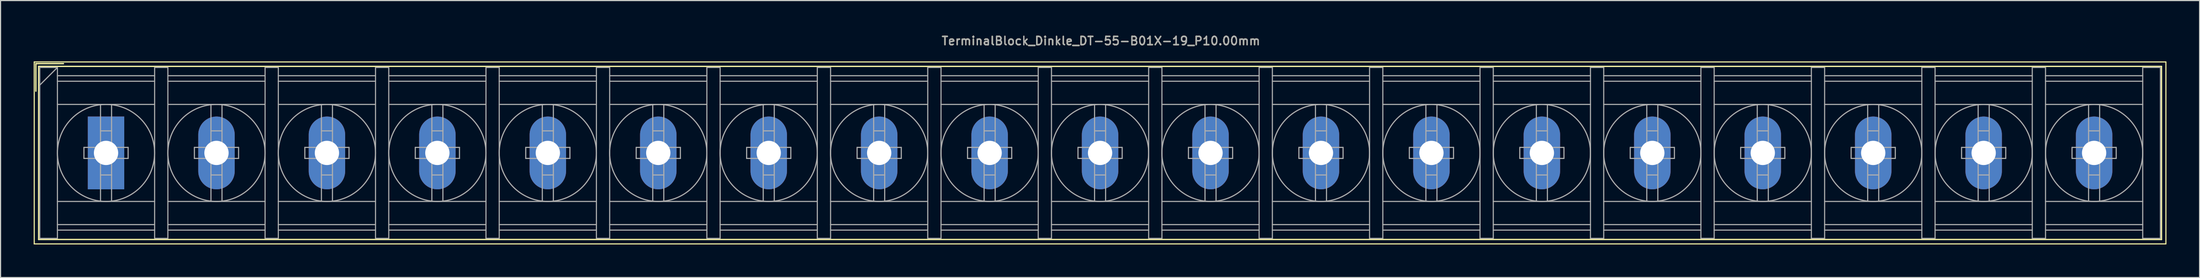
<source format=kicad_pcb>
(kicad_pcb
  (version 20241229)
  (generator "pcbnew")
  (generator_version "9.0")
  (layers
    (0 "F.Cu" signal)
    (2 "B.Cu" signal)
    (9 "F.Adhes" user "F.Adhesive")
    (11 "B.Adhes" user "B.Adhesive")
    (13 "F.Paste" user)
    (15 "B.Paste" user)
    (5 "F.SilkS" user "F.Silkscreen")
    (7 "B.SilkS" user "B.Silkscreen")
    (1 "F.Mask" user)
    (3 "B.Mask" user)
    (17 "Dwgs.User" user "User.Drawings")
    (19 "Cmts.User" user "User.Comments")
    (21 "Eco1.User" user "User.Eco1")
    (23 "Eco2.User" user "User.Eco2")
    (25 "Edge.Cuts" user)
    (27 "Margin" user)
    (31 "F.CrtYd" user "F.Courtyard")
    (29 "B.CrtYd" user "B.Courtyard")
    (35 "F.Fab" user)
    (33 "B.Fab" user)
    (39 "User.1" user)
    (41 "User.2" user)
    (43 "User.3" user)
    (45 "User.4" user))
  (footprint "TerminalBlock_Dinkle_DT-55-B01X-19_P10.00mm"
    (layer "F.Cu")
    (at 6.55 10.818)
    (property "Reference" "TerminalBlock_Dinkle_DT-55-B01X-19_P10.00mm" (at 90.08 -10.16 0) (layer "F.SilkS") (effects (font (size 0.75 0.75) (thickness 0.125))))
    (attr through_hole)
    (fp_line (start -6.5 -8.25) (end 186.5 -8.25) (stroke (width 0.1) (type solid)) (layer "F.SilkS"))
    (fp_line (start -6.5 8.25) (end -6.5 -8.25) (stroke (width 0.1) (type solid)) (layer "F.SilkS"))
    (fp_line (start -6.5 8.25) (end 186.5 8.25) (stroke (width 0.1) (type solid)) (layer "F.SilkS"))
    (fp_line (start -6.35 -8.1) (end -3.85 -8.1) (stroke (width 0.12) (type solid)) (layer "F.SilkS"))
    (fp_line (start -6.35 -5.6) (end -6.35 -8.1) (stroke (width 0.12) (type solid)) (layer "F.SilkS"))
    (fp_line (start -6.1 -7.85) (end 186.1 -7.85) (stroke (width 0.12) (type solid)) (layer "F.SilkS"))
    (fp_line (start -6.1 7.85) (end -6.1 -7.85) (stroke (width 0.12) (type solid)) (layer "F.SilkS"))
    (fp_line (start -6.1 7.85) (end 186.1 7.85) (stroke (width 0.12) (type solid)) (layer "F.SilkS"))
    (fp_line (start 186.1 -7.85) (end 186.1 7.85) (stroke (width 0.12) (type solid)) (layer "F.SilkS"))
    (fp_line (start 186.5 -8.25) (end 186.5 8.25) (stroke (width 0.1) (type solid)) (layer "F.SilkS"))
    (fp_line (start -6 -7.75) (end -6 7.75) (stroke (width 0.1) (type solid)) (layer "F.Fab"))
    (fp_line (start -6 -7.75) (end -4.4 -7.75) (stroke (width 0.1) (type solid)) (layer "F.Fab"))
    (fp_line (start -6 7.75) (end -4.4 7.75) (stroke (width 0.1) (type solid)) (layer "F.Fab"))
    (fp_line (start -4.4 -7.75) (end -6 -6.15) (stroke (width 0.1) (type solid)) (layer "F.Fab"))
    (fp_line (start -4.4 -7.75) (end -4.4 7.75) (stroke (width 0.1) (type solid)) (layer "F.Fab"))
    (fp_line (start -4.4 -7) (end 4.4 -7) (stroke (width 0.1) (type solid)) (layer "F.Fab"))
    (fp_line (start -4.4 -6.5) (end 4.4 -6.5) (stroke (width 0.1) (type solid)) (layer "F.Fab"))
    (fp_line (start -4.4 -4.4) (end 4.4 -4.4) (stroke (width 0.1) (type solid)) (layer "F.Fab"))
    (fp_line (start -4.4 4.4) (end 4.4 4.4) (stroke (width 0.1) (type solid)) (layer "F.Fab"))
    (fp_line (start -4.4 6.5) (end 4.4 6.5) (stroke (width 0.1) (type solid)) (layer "F.Fab"))
    (fp_line (start -4.4 7) (end 4.4 7) (stroke (width 0.1) (type solid)) (layer "F.Fab"))
    (fp_line (start -2 -0.5) (end -2 0.5) (stroke (width 0.1) (type solid)) (layer "F.Fab"))
    (fp_line (start -2 0.5) (end -0.5 0.5) (stroke (width 0.1) (type solid)) (layer "F.Fab"))
    (fp_line (start -0.5 -4.35) (end -0.5 -0.5) (stroke (width 0.1) (type solid)) (layer "F.Fab"))
    (fp_line (start -0.5 -2) (end 0.5 -2) (stroke (width 0.1) (type solid)) (layer "F.Fab"))
    (fp_line (start -0.5 -0.5) (end -2 -0.5) (stroke (width 0.1) (type solid)) (layer "F.Fab"))
    (fp_line (start -0.5 0.5) (end -0.5 4.35) (stroke (width 0.1) (type solid)) (layer "F.Fab"))
    (fp_line (start -0.5 2) (end 0.5 2) (stroke (width 0.1) (type solid)) (layer "F.Fab"))
    (fp_line (start 0.5 -4.35) (end 0.5 -0.5) (stroke (width 0.1) (type solid)) (layer "F.Fab"))
    (fp_line (start 0.5 -0.5) (end 2 -0.5) (stroke (width 0.1) (type solid)) (layer "F.Fab"))
    (fp_line (start 0.5 0.5) (end 0.5 4.35) (stroke (width 0.1) (type solid)) (layer "F.Fab"))
    (fp_line (start 2 -0.5) (end 2 0.5) (stroke (width 0.1) (type solid)) (layer "F.Fab"))
    (fp_line (start 2 0.5) (end 0.5 0.5) (stroke (width 0.1) (type solid)) (layer "F.Fab"))
    (fp_line (start 4.4 -7.75) (end 4.4 7.75) (stroke (width 0.1) (type solid)) (layer "F.Fab"))
    (fp_line (start 4.4 -7.75) (end 5.6 -7.75) (stroke (width 0.1) (type solid)) (layer "F.Fab"))
    (fp_line (start 4.4 7.75) (end 5.6 7.75) (stroke (width 0.1) (type solid)) (layer "F.Fab"))
    (fp_line (start 5.6 -7.75) (end 5.6 7.75) (stroke (width 0.1) (type solid)) (layer "F.Fab"))
    (fp_line (start 5.6 -7) (end 14.4 -7) (stroke (width 0.1) (type solid)) (layer "F.Fab"))
    (fp_line (start 5.6 -6.5) (end 14.4 -6.5) (stroke (width 0.1) (type solid)) (layer "F.Fab"))
    (fp_line (start 5.6 -4.4) (end 14.4 -4.4) (stroke (width 0.1) (type solid)) (layer "F.Fab"))
    (fp_line (start 5.6 4.4) (end 14.4 4.4) (stroke (width 0.1) (type solid)) (layer "F.Fab"))
    (fp_line (start 5.6 6.5) (end 14.4 6.5) (stroke (width 0.1) (type solid)) (layer "F.Fab"))
    (fp_line (start 5.6 7) (end 14.4 7) (stroke (width 0.1) (type solid)) (layer "F.Fab"))
    (fp_line (start 8 -0.5) (end 8 0.5) (stroke (width 0.1) (type solid)) (layer "F.Fab"))
    (fp_line (start 8 0.5) (end 9.5 0.5) (stroke (width 0.1) (type solid)) (layer "F.Fab"))
    (fp_line (start 9.5 -4.35) (end 9.5 -0.5) (stroke (width 0.1) (type solid)) (layer "F.Fab"))
    (fp_line (start 9.5 -2) (end 10.5 -2) (stroke (width 0.1) (type solid)) (layer "F.Fab"))
    (fp_line (start 9.5 -0.5) (end 8 -0.5) (stroke (width 0.1) (type solid)) (layer "F.Fab"))
    (fp_line (start 9.5 0.5) (end 9.5 4.35) (stroke (width 0.1) (type solid)) (layer "F.Fab"))
    (fp_line (start 9.5 2) (end 10.5 2) (stroke (width 0.1) (type solid)) (layer "F.Fab"))
    (fp_line (start 10.5 -4.35) (end 10.5 -0.5) (stroke (width 0.1) (type solid)) (layer "F.Fab"))
    (fp_line (start 10.5 -0.5) (end 12 -0.5) (stroke (width 0.1) (type solid)) (layer "F.Fab"))
    (fp_line (start 10.5 0.5) (end 10.5 4.35) (stroke (width 0.1) (type solid)) (layer "F.Fab"))
    (fp_line (start 12 -0.5) (end 12 0.5) (stroke (width 0.1) (type solid)) (layer "F.Fab"))
    (fp_line (start 12 0.5) (end 10.5 0.5) (stroke (width 0.1) (type solid)) (layer "F.Fab"))
    (fp_line (start 14.4 -7.75) (end 14.4 7.75) (stroke (width 0.1) (type solid)) (layer "F.Fab"))
    (fp_line (start 14.4 -7.75) (end 15.6 -7.75) (stroke (width 0.1) (type solid)) (layer "F.Fab"))
    (fp_line (start 14.4 7.75) (end 15.6 7.75) (stroke (width 0.1) (type solid)) (layer "F.Fab"))
    (fp_line (start 15.6 -7.75) (end 15.6 7.75) (stroke (width 0.1) (type solid)) (layer "F.Fab"))
    (fp_line (start 15.6 -7) (end 24.4 -7) (stroke (width 0.1) (type solid)) (layer "F.Fab"))
    (fp_line (start 15.6 -6.5) (end 24.4 -6.5) (stroke (width 0.1) (type solid)) (layer "F.Fab"))
    (fp_line (start 15.6 -4.4) (end 24.4 -4.4) (stroke (width 0.1) (type solid)) (layer "F.Fab"))
    (fp_line (start 15.6 4.4) (end 24.4 4.4) (stroke (width 0.1) (type solid)) (layer "F.Fab"))
    (fp_line (start 15.6 6.5) (end 24.4 6.5) (stroke (width 0.1) (type solid)) (layer "F.Fab"))
    (fp_line (start 15.6 7) (end 24.4 7) (stroke (width 0.1) (type solid)) (layer "F.Fab"))
    (fp_line (start 18 -0.5) (end 18 0.5) (stroke (width 0.1) (type solid)) (layer "F.Fab"))
    (fp_line (start 18 0.5) (end 19.5 0.5) (stroke (width 0.1) (type solid)) (layer "F.Fab"))
    (fp_line (start 19.5 -4.35) (end 19.5 -0.5) (stroke (width 0.1) (type solid)) (layer "F.Fab"))
    (fp_line (start 19.5 -2) (end 20.5 -2) (stroke (width 0.1) (type solid)) (layer "F.Fab"))
    (fp_line (start 19.5 -0.5) (end 18 -0.5) (stroke (width 0.1) (type solid)) (layer "F.Fab"))
    (fp_line (start 19.5 0.5) (end 19.5 4.35) (stroke (width 0.1) (type solid)) (layer "F.Fab"))
    (fp_line (start 19.5 2) (end 20.5 2) (stroke (width 0.1) (type solid)) (layer "F.Fab"))
    (fp_line (start 20.5 -4.35) (end 20.5 -0.5) (stroke (width 0.1) (type solid)) (layer "F.Fab"))
    (fp_line (start 20.5 -0.5) (end 22 -0.5) (stroke (width 0.1) (type solid)) (layer "F.Fab"))
    (fp_line (start 20.5 0.5) (end 20.5 4.35) (stroke (width 0.1) (type solid)) (layer "F.Fab"))
    (fp_line (start 22 -0.5) (end 22 0.5) (stroke (width 0.1) (type solid)) (layer "F.Fab"))
    (fp_line (start 22 0.5) (end 20.5 0.5) (stroke (width 0.1) (type solid)) (layer "F.Fab"))
    (fp_line (start 24.4 -7.75) (end 24.4 7.75) (stroke (width 0.1) (type solid)) (layer "F.Fab"))
    (fp_line (start 24.4 -7.75) (end 25.6 -7.75) (stroke (width 0.1) (type solid)) (layer "F.Fab"))
    (fp_line (start 24.4 7.75) (end 25.6 7.75) (stroke (width 0.1) (type solid)) (layer "F.Fab"))
    (fp_line (start 25.6 -7.75) (end 25.6 7.75) (stroke (width 0.1) (type solid)) (layer "F.Fab"))
    (fp_line (start 25.6 -7) (end 34.4 -7) (stroke (width 0.1) (type solid)) (layer "F.Fab"))
    (fp_line (start 25.6 -6.5) (end 34.4 -6.5) (stroke (width 0.1) (type solid)) (layer "F.Fab"))
    (fp_line (start 25.6 -4.4) (end 34.4 -4.4) (stroke (width 0.1) (type solid)) (layer "F.Fab"))
    (fp_line (start 25.6 4.4) (end 34.4 4.4) (stroke (width 0.1) (type solid)) (layer "F.Fab"))
    (fp_line (start 25.6 6.5) (end 34.4 6.5) (stroke (width 0.1) (type solid)) (layer "F.Fab"))
    (fp_line (start 25.6 7) (end 34.4 7) (stroke (width 0.1) (type solid)) (layer "F.Fab"))
    (fp_line (start 28 -0.5) (end 28 0.5) (stroke (width 0.1) (type solid)) (layer "F.Fab"))
    (fp_line (start 28 0.5) (end 29.5 0.5) (stroke (width 0.1) (type solid)) (layer "F.Fab"))
    (fp_line (start 29.5 -4.35) (end 29.5 -0.5) (stroke (width 0.1) (type solid)) (layer "F.Fab"))
    (fp_line (start 29.5 -2) (end 30.5 -2) (stroke (width 0.1) (type solid)) (layer "F.Fab"))
    (fp_line (start 29.5 -0.5) (end 28 -0.5) (stroke (width 0.1) (type solid)) (layer "F.Fab"))
    (fp_line (start 29.5 0.5) (end 29.5 4.35) (stroke (width 0.1) (type solid)) (layer "F.Fab"))
    (fp_line (start 29.5 2) (end 30.5 2) (stroke (width 0.1) (type solid)) (layer "F.Fab"))
    (fp_line (start 30.5 -4.35) (end 30.5 -0.5) (stroke (width 0.1) (type solid)) (layer "F.Fab"))
    (fp_line (start 30.5 -0.5) (end 32 -0.5) (stroke (width 0.1) (type solid)) (layer "F.Fab"))
    (fp_line (start 30.5 0.5) (end 30.5 4.35) (stroke (width 0.1) (type solid)) (layer "F.Fab"))
    (fp_line (start 32 -0.5) (end 32 0.5) (stroke (width 0.1) (type solid)) (layer "F.Fab"))
    (fp_line (start 32 0.5) (end 30.5 0.5) (stroke (width 0.1) (type solid)) (layer "F.Fab"))
    (fp_line (start 34.4 -7.75) (end 34.4 7.75) (stroke (width 0.1) (type solid)) (layer "F.Fab"))
    (fp_line (start 34.4 -7.75) (end 35.6 -7.75) (stroke (width 0.1) (type solid)) (layer "F.Fab"))
    (fp_line (start 34.4 7.75) (end 35.6 7.75) (stroke (width 0.1) (type solid)) (layer "F.Fab"))
    (fp_line (start 35.6 -7.75) (end 35.6 7.75) (stroke (width 0.1) (type solid)) (layer "F.Fab"))
    (fp_line (start 35.6 -7) (end 44.4 -7) (stroke (width 0.1) (type solid)) (layer "F.Fab"))
    (fp_line (start 35.6 -6.5) (end 44.4 -6.5) (stroke (width 0.1) (type solid)) (layer "F.Fab"))
    (fp_line (start 35.6 -4.4) (end 44.4 -4.4) (stroke (width 0.1) (type solid)) (layer "F.Fab"))
    (fp_line (start 35.6 4.4) (end 44.4 4.4) (stroke (width 0.1) (type solid)) (layer "F.Fab"))
    (fp_line (start 35.6 6.5) (end 44.4 6.5) (stroke (width 0.1) (type solid)) (layer "F.Fab"))
    (fp_line (start 35.6 7) (end 44.4 7) (stroke (width 0.1) (type solid)) (layer "F.Fab"))
    (fp_line (start 38 -0.5) (end 38 0.5) (stroke (width 0.1) (type solid)) (layer "F.Fab"))
    (fp_line (start 38 0.5) (end 39.5 0.5) (stroke (width 0.1) (type solid)) (layer "F.Fab"))
    (fp_line (start 39.5 -4.35) (end 39.5 -0.5) (stroke (width 0.1) (type solid)) (layer "F.Fab"))
    (fp_line (start 39.5 -2) (end 40.5 -2) (stroke (width 0.1) (type solid)) (layer "F.Fab"))
    (fp_line (start 39.5 -0.5) (end 38 -0.5) (stroke (width 0.1) (type solid)) (layer "F.Fab"))
    (fp_line (start 39.5 0.5) (end 39.5 4.35) (stroke (width 0.1) (type solid)) (layer "F.Fab"))
    (fp_line (start 39.5 2) (end 40.5 2) (stroke (width 0.1) (type solid)) (layer "F.Fab"))
    (fp_line (start 40.5 -4.35) (end 40.5 -0.5) (stroke (width 0.1) (type solid)) (layer "F.Fab"))
    (fp_line (start 40.5 -0.5) (end 42 -0.5) (stroke (width 0.1) (type solid)) (layer "F.Fab"))
    (fp_line (start 40.5 0.5) (end 40.5 4.35) (stroke (width 0.1) (type solid)) (layer "F.Fab"))
    (fp_line (start 42 -0.5) (end 42 0.5) (stroke (width 0.1) (type solid)) (layer "F.Fab"))
    (fp_line (start 42 0.5) (end 40.5 0.5) (stroke (width 0.1) (type solid)) (layer "F.Fab"))
    (fp_line (start 44.4 -7.75) (end 44.4 7.75) (stroke (width 0.1) (type solid)) (layer "F.Fab"))
    (fp_line (start 44.4 -7.75) (end 45.6 -7.75) (stroke (width 0.1) (type solid)) (layer "F.Fab"))
    (fp_line (start 44.4 7.75) (end 45.6 7.75) (stroke (width 0.1) (type solid)) (layer "F.Fab"))
    (fp_line (start 45.6 -7.75) (end 45.6 7.75) (stroke (width 0.1) (type solid)) (layer "F.Fab"))
    (fp_line (start 45.6 -7) (end 54.4 -7) (stroke (width 0.1) (type solid)) (layer "F.Fab"))
    (fp_line (start 45.6 -6.5) (end 54.4 -6.5) (stroke (width 0.1) (type solid)) (layer "F.Fab"))
    (fp_line (start 45.6 -4.4) (end 54.4 -4.4) (stroke (width 0.1) (type solid)) (layer "F.Fab"))
    (fp_line (start 45.6 4.4) (end 54.4 4.4) (stroke (width 0.1) (type solid)) (layer "F.Fab"))
    (fp_line (start 45.6 6.5) (end 54.4 6.5) (stroke (width 0.1) (type solid)) (layer "F.Fab"))
    (fp_line (start 45.6 7) (end 54.4 7) (stroke (width 0.1) (type solid)) (layer "F.Fab"))
    (fp_line (start 48 -0.5) (end 48 0.5) (stroke (width 0.1) (type solid)) (layer "F.Fab"))
    (fp_line (start 48 0.5) (end 49.5 0.5) (stroke (width 0.1) (type solid)) (layer "F.Fab"))
    (fp_line (start 49.5 -4.35) (end 49.5 -0.5) (stroke (width 0.1) (type solid)) (layer "F.Fab"))
    (fp_line (start 49.5 -2) (end 50.5 -2) (stroke (width 0.1) (type solid)) (layer "F.Fab"))
    (fp_line (start 49.5 -0.5) (end 48 -0.5) (stroke (width 0.1) (type solid)) (layer "F.Fab"))
    (fp_line (start 49.5 0.5) (end 49.5 4.35) (stroke (width 0.1) (type solid)) (layer "F.Fab"))
    (fp_line (start 49.5 2) (end 50.5 2) (stroke (width 0.1) (type solid)) (layer "F.Fab"))
    (fp_line (start 50.5 -4.35) (end 50.5 -0.5) (stroke (width 0.1) (type solid)) (layer "F.Fab"))
    (fp_line (start 50.5 -0.5) (end 52 -0.5) (stroke (width 0.1) (type solid)) (layer "F.Fab"))
    (fp_line (start 50.5 0.5) (end 50.5 4.35) (stroke (width 0.1) (type solid)) (layer "F.Fab"))
    (fp_line (start 52 -0.5) (end 52 0.5) (stroke (width 0.1) (type solid)) (layer "F.Fab"))
    (fp_line (start 52 0.5) (end 50.5 0.5) (stroke (width 0.1) (type solid)) (layer "F.Fab"))
    (fp_line (start 54.4 -7.75) (end 54.4 7.75) (stroke (width 0.1) (type solid)) (layer "F.Fab"))
    (fp_line (start 54.4 -7.75) (end 55.6 -7.75) (stroke (width 0.1) (type solid)) (layer "F.Fab"))
    (fp_line (start 54.4 7.75) (end 55.6 7.75) (stroke (width 0.1) (type solid)) (layer "F.Fab"))
    (fp_line (start 55.6 -7.75) (end 55.6 7.75) (stroke (width 0.1) (type solid)) (layer "F.Fab"))
    (fp_line (start 55.6 -7) (end 64.4 -7) (stroke (width 0.1) (type solid)) (layer "F.Fab"))
    (fp_line (start 55.6 -6.5) (end 64.4 -6.5) (stroke (width 0.1) (type solid)) (layer "F.Fab"))
    (fp_line (start 55.6 -4.4) (end 64.4 -4.4) (stroke (width 0.1) (type solid)) (layer "F.Fab"))
    (fp_line (start 55.6 4.4) (end 64.4 4.4) (stroke (width 0.1) (type solid)) (layer "F.Fab"))
    (fp_line (start 55.6 6.5) (end 64.4 6.5) (stroke (width 0.1) (type solid)) (layer "F.Fab"))
    (fp_line (start 55.6 7) (end 64.4 7) (stroke (width 0.1) (type solid)) (layer "F.Fab"))
    (fp_line (start 58 -0.5) (end 58 0.5) (stroke (width 0.1) (type solid)) (layer "F.Fab"))
    (fp_line (start 58 0.5) (end 59.5 0.5) (stroke (width 0.1) (type solid)) (layer "F.Fab"))
    (fp_line (start 59.5 -4.35) (end 59.5 -0.5) (stroke (width 0.1) (type solid)) (layer "F.Fab"))
    (fp_line (start 59.5 -2) (end 60.5 -2) (stroke (width 0.1) (type solid)) (layer "F.Fab"))
    (fp_line (start 59.5 -0.5) (end 58 -0.5) (stroke (width 0.1) (type solid)) (layer "F.Fab"))
    (fp_line (start 59.5 0.5) (end 59.5 4.35) (stroke (width 0.1) (type solid)) (layer "F.Fab"))
    (fp_line (start 59.5 2) (end 60.5 2) (stroke (width 0.1) (type solid)) (layer "F.Fab"))
    (fp_line (start 60.5 -4.35) (end 60.5 -0.5) (stroke (width 0.1) (type solid)) (layer "F.Fab"))
    (fp_line (start 60.5 -0.5) (end 62 -0.5) (stroke (width 0.1) (type solid)) (layer "F.Fab"))
    (fp_line (start 60.5 0.5) (end 60.5 4.35) (stroke (width 0.1) (type solid)) (layer "F.Fab"))
    (fp_line (start 62 -0.5) (end 62 0.5) (stroke (width 0.1) (type solid)) (layer "F.Fab"))
    (fp_line (start 62 0.5) (end 60.5 0.5) (stroke (width 0.1) (type solid)) (layer "F.Fab"))
    (fp_line (start 64.4 -7.75) (end 64.4 7.75) (stroke (width 0.1) (type solid)) (layer "F.Fab"))
    (fp_line (start 64.4 -7.75) (end 65.6 -7.75) (stroke (width 0.1) (type solid)) (layer "F.Fab"))
    (fp_line (start 64.4 7.75) (end 65.6 7.75) (stroke (width 0.1) (type solid)) (layer "F.Fab"))
    (fp_line (start 65.6 -7.75) (end 65.6 7.75) (stroke (width 0.1) (type solid)) (layer "F.Fab"))
    (fp_line (start 65.6 -7) (end 74.4 -7) (stroke (width 0.1) (type solid)) (layer "F.Fab"))
    (fp_line (start 65.6 -6.5) (end 74.4 -6.5) (stroke (width 0.1) (type solid)) (layer "F.Fab"))
    (fp_line (start 65.6 -4.4) (end 74.4 -4.4) (stroke (width 0.1) (type solid)) (layer "F.Fab"))
    (fp_line (start 65.6 4.4) (end 74.4 4.4) (stroke (width 0.1) (type solid)) (layer "F.Fab"))
    (fp_line (start 65.6 6.5) (end 74.4 6.5) (stroke (width 0.1) (type solid)) (layer "F.Fab"))
    (fp_line (start 65.6 7) (end 74.4 7) (stroke (width 0.1) (type solid)) (layer "F.Fab"))
    (fp_line (start 68 -0.5) (end 68 0.5) (stroke (width 0.1) (type solid)) (layer "F.Fab"))
    (fp_line (start 68 0.5) (end 69.5 0.5) (stroke (width 0.1) (type solid)) (layer "F.Fab"))
    (fp_line (start 69.5 -4.35) (end 69.5 -0.5) (stroke (width 0.1) (type solid)) (layer "F.Fab"))
    (fp_line (start 69.5 -2) (end 70.5 -2) (stroke (width 0.1) (type solid)) (layer "F.Fab"))
    (fp_line (start 69.5 -0.5) (end 68 -0.5) (stroke (width 0.1) (type solid)) (layer "F.Fab"))
    (fp_line (start 69.5 0.5) (end 69.5 4.35) (stroke (width 0.1) (type solid)) (layer "F.Fab"))
    (fp_line (start 69.5 2) (end 70.5 2) (stroke (width 0.1) (type solid)) (layer "F.Fab"))
    (fp_line (start 70.5 -4.35) (end 70.5 -0.5) (stroke (width 0.1) (type solid)) (layer "F.Fab"))
    (fp_line (start 70.5 -0.5) (end 72 -0.5) (stroke (width 0.1) (type solid)) (layer "F.Fab"))
    (fp_line (start 70.5 0.5) (end 70.5 4.35) (stroke (width 0.1) (type solid)) (layer "F.Fab"))
    (fp_line (start 72 -0.5) (end 72 0.5) (stroke (width 0.1) (type solid)) (layer "F.Fab"))
    (fp_line (start 72 0.5) (end 70.5 0.5) (stroke (width 0.1) (type solid)) (layer "F.Fab"))
    (fp_line (start 74.4 -7.75) (end 74.4 7.75) (stroke (width 0.1) (type solid)) (layer "F.Fab"))
    (fp_line (start 74.4 -7.75) (end 75.6 -7.75) (stroke (width 0.1) (type solid)) (layer "F.Fab"))
    (fp_line (start 74.4 7.75) (end 75.6 7.75) (stroke (width 0.1) (type solid)) (layer "F.Fab"))
    (fp_line (start 75.6 -7.75) (end 75.6 7.75) (stroke (width 0.1) (type solid)) (layer "F.Fab"))
    (fp_line (start 75.6 -7) (end 84.4 -7) (stroke (width 0.1) (type solid)) (layer "F.Fab"))
    (fp_line (start 75.6 -6.5) (end 84.4 -6.5) (stroke (width 0.1) (type solid)) (layer "F.Fab"))
    (fp_line (start 75.6 -4.4) (end 84.4 -4.4) (stroke (width 0.1) (type solid)) (layer "F.Fab"))
    (fp_line (start 75.6 4.4) (end 84.4 4.4) (stroke (width 0.1) (type solid)) (layer "F.Fab"))
    (fp_line (start 75.6 6.5) (end 84.4 6.5) (stroke (width 0.1) (type solid)) (layer "F.Fab"))
    (fp_line (start 75.6 7) (end 84.4 7) (stroke (width 0.1) (type solid)) (layer "F.Fab"))
    (fp_line (start 78 -0.5) (end 78 0.5) (stroke (width 0.1) (type solid)) (layer "F.Fab"))
    (fp_line (start 78 0.5) (end 79.5 0.5) (stroke (width 0.1) (type solid)) (layer "F.Fab"))
    (fp_line (start 79.5 -4.35) (end 79.5 -0.5) (stroke (width 0.1) (type solid)) (layer "F.Fab"))
    (fp_line (start 79.5 -2) (end 80.5 -2) (stroke (width 0.1) (type solid)) (layer "F.Fab"))
    (fp_line (start 79.5 -0.5) (end 78 -0.5) (stroke (width 0.1) (type solid)) (layer "F.Fab"))
    (fp_line (start 79.5 0.5) (end 79.5 4.35) (stroke (width 0.1) (type solid)) (layer "F.Fab"))
    (fp_line (start 79.5 2) (end 80.5 2) (stroke (width 0.1) (type solid)) (layer "F.Fab"))
    (fp_line (start 80.5 -4.35) (end 80.5 -0.5) (stroke (width 0.1) (type solid)) (layer "F.Fab"))
    (fp_line (start 80.5 -0.5) (end 82 -0.5) (stroke (width 0.1) (type solid)) (layer "F.Fab"))
    (fp_line (start 80.5 0.5) (end 80.5 4.35) (stroke (width 0.1) (type solid)) (layer "F.Fab"))
    (fp_line (start 82 -0.5) (end 82 0.5) (stroke (width 0.1) (type solid)) (layer "F.Fab"))
    (fp_line (start 82 0.5) (end 80.5 0.5) (stroke (width 0.1) (type solid)) (layer "F.Fab"))
    (fp_line (start 84.4 -7.75) (end 84.4 7.75) (stroke (width 0.1) (type solid)) (layer "F.Fab"))
    (fp_line (start 84.4 -7.75) (end 85.6 -7.75) (stroke (width 0.1) (type solid)) (layer "F.Fab"))
    (fp_line (start 84.4 7.75) (end 85.6 7.75) (stroke (width 0.1) (type solid)) (layer "F.Fab"))
    (fp_line (start 85.6 -7.75) (end 85.6 7.75) (stroke (width 0.1) (type solid)) (layer "F.Fab"))
    (fp_line (start 85.6 -7) (end 94.4 -7) (stroke (width 0.1) (type solid)) (layer "F.Fab"))
    (fp_line (start 85.6 -6.5) (end 94.4 -6.5) (stroke (width 0.1) (type solid)) (layer "F.Fab"))
    (fp_line (start 85.6 -4.4) (end 94.4 -4.4) (stroke (width 0.1) (type solid)) (layer "F.Fab"))
    (fp_line (start 85.6 4.4) (end 94.4 4.4) (stroke (width 0.1) (type solid)) (layer "F.Fab"))
    (fp_line (start 85.6 6.5) (end 94.4 6.5) (stroke (width 0.1) (type solid)) (layer "F.Fab"))
    (fp_line (start 85.6 7) (end 94.4 7) (stroke (width 0.1) (type solid)) (layer "F.Fab"))
    (fp_line (start 88 -0.5) (end 88 0.5) (stroke (width 0.1) (type solid)) (layer "F.Fab"))
    (fp_line (start 88 0.5) (end 89.5 0.5) (stroke (width 0.1) (type solid)) (layer "F.Fab"))
    (fp_line (start 89.5 -4.35) (end 89.5 -0.5) (stroke (width 0.1) (type solid)) (layer "F.Fab"))
    (fp_line (start 89.5 -2) (end 90.5 -2) (stroke (width 0.1) (type solid)) (layer "F.Fab"))
    (fp_line (start 89.5 -0.5) (end 88 -0.5) (stroke (width 0.1) (type solid)) (layer "F.Fab"))
    (fp_line (start 89.5 0.5) (end 89.5 4.35) (stroke (width 0.1) (type solid)) (layer "F.Fab"))
    (fp_line (start 89.5 2) (end 90.5 2) (stroke (width 0.1) (type solid)) (layer "F.Fab"))
    (fp_line (start 90.5 -4.35) (end 90.5 -0.5) (stroke (width 0.1) (type solid)) (layer "F.Fab"))
    (fp_line (start 90.5 -0.5) (end 92 -0.5) (stroke (width 0.1) (type solid)) (layer "F.Fab"))
    (fp_line (start 90.5 0.5) (end 90.5 4.35) (stroke (width 0.1) (type solid)) (layer "F.Fab"))
    (fp_line (start 92 -0.5) (end 92 0.5) (stroke (width 0.1) (type solid)) (layer "F.Fab"))
    (fp_line (start 92 0.5) (end 90.5 0.5) (stroke (width 0.1) (type solid)) (layer "F.Fab"))
    (fp_line (start 94.4 -7.75) (end 94.4 7.75) (stroke (width 0.1) (type solid)) (layer "F.Fab"))
    (fp_line (start 94.4 -7.75) (end 95.6 -7.75) (stroke (width 0.1) (type solid)) (layer "F.Fab"))
    (fp_line (start 94.4 7.75) (end 95.6 7.75) (stroke (width 0.1) (type solid)) (layer "F.Fab"))
    (fp_line (start 95.6 -7.75) (end 95.6 7.75) (stroke (width 0.1) (type solid)) (layer "F.Fab"))
    (fp_line (start 95.6 -7) (end 104.4 -7) (stroke (width 0.1) (type solid)) (layer "F.Fab"))
    (fp_line (start 95.6 -6.5) (end 104.4 -6.5) (stroke (width 0.1) (type solid)) (layer "F.Fab"))
    (fp_line (start 95.6 -4.4) (end 104.4 -4.4) (stroke (width 0.1) (type solid)) (layer "F.Fab"))
    (fp_line (start 95.6 4.4) (end 104.4 4.4) (stroke (width 0.1) (type solid)) (layer "F.Fab"))
    (fp_line (start 95.6 6.5) (end 104.4 6.5) (stroke (width 0.1) (type solid)) (layer "F.Fab"))
    (fp_line (start 95.6 7) (end 104.4 7) (stroke (width 0.1) (type solid)) (layer "F.Fab"))
    (fp_line (start 98 -0.5) (end 98 0.5) (stroke (width 0.1) (type solid)) (layer "F.Fab"))
    (fp_line (start 98 0.5) (end 99.5 0.5) (stroke (width 0.1) (type solid)) (layer "F.Fab"))
    (fp_line (start 99.5 -4.35) (end 99.5 -0.5) (stroke (width 0.1) (type solid)) (layer "F.Fab"))
    (fp_line (start 99.5 -2) (end 100.5 -2) (stroke (width 0.1) (type solid)) (layer "F.Fab"))
    (fp_line (start 99.5 -0.5) (end 98 -0.5) (stroke (width 0.1) (type solid)) (layer "F.Fab"))
    (fp_line (start 99.5 0.5) (end 99.5 4.35) (stroke (width 0.1) (type solid)) (layer "F.Fab"))
    (fp_line (start 99.5 2) (end 100.5 2) (stroke (width 0.1) (type solid)) (layer "F.Fab"))
    (fp_line (start 100.5 -4.35) (end 100.5 -0.5) (stroke (width 0.1) (type solid)) (layer "F.Fab"))
    (fp_line (start 100.5 -0.5) (end 102 -0.5) (stroke (width 0.1) (type solid)) (layer "F.Fab"))
    (fp_line (start 100.5 0.5) (end 100.5 4.35) (stroke (width 0.1) (type solid)) (layer "F.Fab"))
    (fp_line (start 102 -0.5) (end 102 0.5) (stroke (width 0.1) (type solid)) (layer "F.Fab"))
    (fp_line (start 102 0.5) (end 100.5 0.5) (stroke (width 0.1) (type solid)) (layer "F.Fab"))
    (fp_line (start 104.4 -7.75) (end 104.4 7.75) (stroke (width 0.1) (type solid)) (layer "F.Fab"))
    (fp_line (start 104.4 -7.75) (end 105.6 -7.75) (stroke (width 0.1) (type solid)) (layer "F.Fab"))
    (fp_line (start 104.4 7.75) (end 105.6 7.75) (stroke (width 0.1) (type solid)) (layer "F.Fab"))
    (fp_line (start 105.6 -7.75) (end 105.6 7.75) (stroke (width 0.1) (type solid)) (layer "F.Fab"))
    (fp_line (start 105.6 -7) (end 114.4 -7) (stroke (width 0.1) (type solid)) (layer "F.Fab"))
    (fp_line (start 105.6 -6.5) (end 114.4 -6.5) (stroke (width 0.1) (type solid)) (layer "F.Fab"))
    (fp_line (start 105.6 -4.4) (end 114.4 -4.4) (stroke (width 0.1) (type solid)) (layer "F.Fab"))
    (fp_line (start 105.6 4.4) (end 114.4 4.4) (stroke (width 0.1) (type solid)) (layer "F.Fab"))
    (fp_line (start 105.6 6.5) (end 114.4 6.5) (stroke (width 0.1) (type solid)) (layer "F.Fab"))
    (fp_line (start 105.6 7) (end 114.4 7) (stroke (width 0.1) (type solid)) (layer "F.Fab"))
    (fp_line (start 108 -0.5) (end 108 0.5) (stroke (width 0.1) (type solid)) (layer "F.Fab"))
    (fp_line (start 108 0.5) (end 109.5 0.5) (stroke (width 0.1) (type solid)) (layer "F.Fab"))
    (fp_line (start 109.5 -4.35) (end 109.5 -0.5) (stroke (width 0.1) (type solid)) (layer "F.Fab"))
    (fp_line (start 109.5 -2) (end 110.5 -2) (stroke (width 0.1) (type solid)) (layer "F.Fab"))
    (fp_line (start 109.5 -0.5) (end 108 -0.5) (stroke (width 0.1) (type solid)) (layer "F.Fab"))
    (fp_line (start 109.5 0.5) (end 109.5 4.35) (stroke (width 0.1) (type solid)) (layer "F.Fab"))
    (fp_line (start 109.5 2) (end 110.5 2) (stroke (width 0.1) (type solid)) (layer "F.Fab"))
    (fp_line (start 110.5 -4.35) (end 110.5 -0.5) (stroke (width 0.1) (type solid)) (layer "F.Fab"))
    (fp_line (start 110.5 -0.5) (end 112 -0.5) (stroke (width 0.1) (type solid)) (layer "F.Fab"))
    (fp_line (start 110.5 0.5) (end 110.5 4.35) (stroke (width 0.1) (type solid)) (layer "F.Fab"))
    (fp_line (start 112 -0.5) (end 112 0.5) (stroke (width 0.1) (type solid)) (layer "F.Fab"))
    (fp_line (start 112 0.5) (end 110.5 0.5) (stroke (width 0.1) (type solid)) (layer "F.Fab"))
    (fp_line (start 114.4 -7.75) (end 114.4 7.75) (stroke (width 0.1) (type solid)) (layer "F.Fab"))
    (fp_line (start 114.4 -7.75) (end 115.6 -7.75) (stroke (width 0.1) (type solid)) (layer "F.Fab"))
    (fp_line (start 114.4 7.75) (end 115.6 7.75) (stroke (width 0.1) (type solid)) (layer "F.Fab"))
    (fp_line (start 115.6 -7.75) (end 115.6 7.75) (stroke (width 0.1) (type solid)) (layer "F.Fab"))
    (fp_line (start 115.6 -7) (end 124.4 -7) (stroke (width 0.1) (type solid)) (layer "F.Fab"))
    (fp_line (start 115.6 -6.5) (end 124.4 -6.5) (stroke (width 0.1) (type solid)) (layer "F.Fab"))
    (fp_line (start 115.6 -4.4) (end 124.4 -4.4) (stroke (width 0.1) (type solid)) (layer "F.Fab"))
    (fp_line (start 115.6 4.4) (end 124.4 4.4) (stroke (width 0.1) (type solid)) (layer "F.Fab"))
    (fp_line (start 115.6 6.5) (end 124.4 6.5) (stroke (width 0.1) (type solid)) (layer "F.Fab"))
    (fp_line (start 115.6 7) (end 124.4 7) (stroke (width 0.1) (type solid)) (layer "F.Fab"))
    (fp_line (start 118 -0.5) (end 118 0.5) (stroke (width 0.1) (type solid)) (layer "F.Fab"))
    (fp_line (start 118 0.5) (end 119.5 0.5) (stroke (width 0.1) (type solid)) (layer "F.Fab"))
    (fp_line (start 119.5 -4.35) (end 119.5 -0.5) (stroke (width 0.1) (type solid)) (layer "F.Fab"))
    (fp_line (start 119.5 -2) (end 120.5 -2) (stroke (width 0.1) (type solid)) (layer "F.Fab"))
    (fp_line (start 119.5 -0.5) (end 118 -0.5) (stroke (width 0.1) (type solid)) (layer "F.Fab"))
    (fp_line (start 119.5 0.5) (end 119.5 4.35) (stroke (width 0.1) (type solid)) (layer "F.Fab"))
    (fp_line (start 119.5 2) (end 120.5 2) (stroke (width 0.1) (type solid)) (layer "F.Fab"))
    (fp_line (start 120.5 -4.35) (end 120.5 -0.5) (stroke (width 0.1) (type solid)) (layer "F.Fab"))
    (fp_line (start 120.5 -0.5) (end 122 -0.5) (stroke (width 0.1) (type solid)) (layer "F.Fab"))
    (fp_line (start 120.5 0.5) (end 120.5 4.35) (stroke (width 0.1) (type solid)) (layer "F.Fab"))
    (fp_line (start 122 -0.5) (end 122 0.5) (stroke (width 0.1) (type solid)) (layer "F.Fab"))
    (fp_line (start 122 0.5) (end 120.5 0.5) (stroke (width 0.1) (type solid)) (layer "F.Fab"))
    (fp_line (start 124.4 -7.75) (end 124.4 7.75) (stroke (width 0.1) (type solid)) (layer "F.Fab"))
    (fp_line (start 124.4 -7.75) (end 125.6 -7.75) (stroke (width 0.1) (type solid)) (layer "F.Fab"))
    (fp_line (start 124.4 7.75) (end 125.6 7.75) (stroke (width 0.1) (type solid)) (layer "F.Fab"))
    (fp_line (start 125.6 -7.75) (end 125.6 7.75) (stroke (width 0.1) (type solid)) (layer "F.Fab"))
    (fp_line (start 125.6 -7) (end 134.4 -7) (stroke (width 0.1) (type solid)) (layer "F.Fab"))
    (fp_line (start 125.6 -6.5) (end 134.4 -6.5) (stroke (width 0.1) (type solid)) (layer "F.Fab"))
    (fp_line (start 125.6 -4.4) (end 134.4 -4.4) (stroke (width 0.1) (type solid)) (layer "F.Fab"))
    (fp_line (start 125.6 4.4) (end 134.4 4.4) (stroke (width 0.1) (type solid)) (layer "F.Fab"))
    (fp_line (start 125.6 6.5) (end 134.4 6.5) (stroke (width 0.1) (type solid)) (layer "F.Fab"))
    (fp_line (start 125.6 7) (end 134.4 7) (stroke (width 0.1) (type solid)) (layer "F.Fab"))
    (fp_line (start 128 -0.5) (end 128 0.5) (stroke (width 0.1) (type solid)) (layer "F.Fab"))
    (fp_line (start 128 0.5) (end 129.5 0.5) (stroke (width 0.1) (type solid)) (layer "F.Fab"))
    (fp_line (start 129.5 -4.35) (end 129.5 -0.5) (stroke (width 0.1) (type solid)) (layer "F.Fab"))
    (fp_line (start 129.5 -2) (end 130.5 -2) (stroke (width 0.1) (type solid)) (layer "F.Fab"))
    (fp_line (start 129.5 -0.5) (end 128 -0.5) (stroke (width 0.1) (type solid)) (layer "F.Fab"))
    (fp_line (start 129.5 0.5) (end 129.5 4.35) (stroke (width 0.1) (type solid)) (layer "F.Fab"))
    (fp_line (start 129.5 2) (end 130.5 2) (stroke (width 0.1) (type solid)) (layer "F.Fab"))
    (fp_line (start 130.5 -4.35) (end 130.5 -0.5) (stroke (width 0.1) (type solid)) (layer "F.Fab"))
    (fp_line (start 130.5 -0.5) (end 132 -0.5) (stroke (width 0.1) (type solid)) (layer "F.Fab"))
    (fp_line (start 130.5 0.5) (end 130.5 4.35) (stroke (width 0.1) (type solid)) (layer "F.Fab"))
    (fp_line (start 132 -0.5) (end 132 0.5) (stroke (width 0.1) (type solid)) (layer "F.Fab"))
    (fp_line (start 132 0.5) (end 130.5 0.5) (stroke (width 0.1) (type solid)) (layer "F.Fab"))
    (fp_line (start 134.4 -7.75) (end 134.4 7.75) (stroke (width 0.1) (type solid)) (layer "F.Fab"))
    (fp_line (start 134.4 -7.75) (end 135.6 -7.75) (stroke (width 0.1) (type solid)) (layer "F.Fab"))
    (fp_line (start 134.4 7.75) (end 135.6 7.75) (stroke (width 0.1) (type solid)) (layer "F.Fab"))
    (fp_line (start 135.6 -7.75) (end 135.6 7.75) (stroke (width 0.1) (type solid)) (layer "F.Fab"))
    (fp_line (start 135.6 -7) (end 144.4 -7) (stroke (width 0.1) (type solid)) (layer "F.Fab"))
    (fp_line (start 135.6 -6.5) (end 144.4 -6.5) (stroke (width 0.1) (type solid)) (layer "F.Fab"))
    (fp_line (start 135.6 -4.4) (end 144.4 -4.4) (stroke (width 0.1) (type solid)) (layer "F.Fab"))
    (fp_line (start 135.6 4.4) (end 144.4 4.4) (stroke (width 0.1) (type solid)) (layer "F.Fab"))
    (fp_line (start 135.6 6.5) (end 144.4 6.5) (stroke (width 0.1) (type solid)) (layer "F.Fab"))
    (fp_line (start 135.6 7) (end 144.4 7) (stroke (width 0.1) (type solid)) (layer "F.Fab"))
    (fp_line (start 138 -0.5) (end 138 0.5) (stroke (width 0.1) (type solid)) (layer "F.Fab"))
    (fp_line (start 138 0.5) (end 139.5 0.5) (stroke (width 0.1) (type solid)) (layer "F.Fab"))
    (fp_line (start 139.5 -4.35) (end 139.5 -0.5) (stroke (width 0.1) (type solid)) (layer "F.Fab"))
    (fp_line (start 139.5 -2) (end 140.5 -2) (stroke (width 0.1) (type solid)) (layer "F.Fab"))
    (fp_line (start 139.5 -0.5) (end 138 -0.5) (stroke (width 0.1) (type solid)) (layer "F.Fab"))
    (fp_line (start 139.5 0.5) (end 139.5 4.35) (stroke (width 0.1) (type solid)) (layer "F.Fab"))
    (fp_line (start 139.5 2) (end 140.5 2) (stroke (width 0.1) (type solid)) (layer "F.Fab"))
    (fp_line (start 140.5 -4.35) (end 140.5 -0.5) (stroke (width 0.1) (type solid)) (layer "F.Fab"))
    (fp_line (start 140.5 -0.5) (end 142 -0.5) (stroke (width 0.1) (type solid)) (layer "F.Fab"))
    (fp_line (start 140.5 0.5) (end 140.5 4.35) (stroke (width 0.1) (type solid)) (layer "F.Fab"))
    (fp_line (start 142 -0.5) (end 142 0.5) (stroke (width 0.1) (type solid)) (layer "F.Fab"))
    (fp_line (start 142 0.5) (end 140.5 0.5) (stroke (width 0.1) (type solid)) (layer "F.Fab"))
    (fp_line (start 144.4 -7.75) (end 144.4 7.75) (stroke (width 0.1) (type solid)) (layer "F.Fab"))
    (fp_line (start 144.4 -7.75) (end 145.6 -7.75) (stroke (width 0.1) (type solid)) (layer "F.Fab"))
    (fp_line (start 144.4 7.75) (end 145.6 7.75) (stroke (width 0.1) (type solid)) (layer "F.Fab"))
    (fp_line (start 145.6 -7.75) (end 145.6 7.75) (stroke (width 0.1) (type solid)) (layer "F.Fab"))
    (fp_line (start 145.6 -7) (end 154.4 -7) (stroke (width 0.1) (type solid)) (layer "F.Fab"))
    (fp_line (start 145.6 -6.5) (end 154.4 -6.5) (stroke (width 0.1) (type solid)) (layer "F.Fab"))
    (fp_line (start 145.6 -4.4) (end 154.4 -4.4) (stroke (width 0.1) (type solid)) (layer "F.Fab"))
    (fp_line (start 145.6 4.4) (end 154.4 4.4) (stroke (width 0.1) (type solid)) (layer "F.Fab"))
    (fp_line (start 145.6 6.5) (end 154.4 6.5) (stroke (width 0.1) (type solid)) (layer "F.Fab"))
    (fp_line (start 145.6 7) (end 154.4 7) (stroke (width 0.1) (type solid)) (layer "F.Fab"))
    (fp_line (start 148 -0.5) (end 148 0.5) (stroke (width 0.1) (type solid)) (layer "F.Fab"))
    (fp_line (start 148 0.5) (end 149.5 0.5) (stroke (width 0.1) (type solid)) (layer "F.Fab"))
    (fp_line (start 149.5 -4.35) (end 149.5 -0.5) (stroke (width 0.1) (type solid)) (layer "F.Fab"))
    (fp_line (start 149.5 -2) (end 150.5 -2) (stroke (width 0.1) (type solid)) (layer "F.Fab"))
    (fp_line (start 149.5 -0.5) (end 148 -0.5) (stroke (width 0.1) (type solid)) (layer "F.Fab"))
    (fp_line (start 149.5 0.5) (end 149.5 4.35) (stroke (width 0.1) (type solid)) (layer "F.Fab"))
    (fp_line (start 149.5 2) (end 150.5 2) (stroke (width 0.1) (type solid)) (layer "F.Fab"))
    (fp_line (start 150.5 -4.35) (end 150.5 -0.5) (stroke (width 0.1) (type solid)) (layer "F.Fab"))
    (fp_line (start 150.5 -0.5) (end 152 -0.5) (stroke (width 0.1) (type solid)) (layer "F.Fab"))
    (fp_line (start 150.5 0.5) (end 150.5 4.35) (stroke (width 0.1) (type solid)) (layer "F.Fab"))
    (fp_line (start 152 -0.5) (end 152 0.5) (stroke (width 0.1) (type solid)) (layer "F.Fab"))
    (fp_line (start 152 0.5) (end 150.5 0.5) (stroke (width 0.1) (type solid)) (layer "F.Fab"))
    (fp_line (start 154.4 -7.75) (end 154.4 7.75) (stroke (width 0.1) (type solid)) (layer "F.Fab"))
    (fp_line (start 154.4 -7.75) (end 155.6 -7.75) (stroke (width 0.1) (type solid)) (layer "F.Fab"))
    (fp_line (start 154.4 7.75) (end 155.6 7.75) (stroke (width 0.1) (type solid)) (layer "F.Fab"))
    (fp_line (start 155.6 -7.75) (end 155.6 7.75) (stroke (width 0.1) (type solid)) (layer "F.Fab"))
    (fp_line (start 155.6 -7) (end 164.4 -7) (stroke (width 0.1) (type solid)) (layer "F.Fab"))
    (fp_line (start 155.6 -6.5) (end 164.4 -6.5) (stroke (width 0.1) (type solid)) (layer "F.Fab"))
    (fp_line (start 155.6 -4.4) (end 164.4 -4.4) (stroke (width 0.1) (type solid)) (layer "F.Fab"))
    (fp_line (start 155.6 4.4) (end 164.4 4.4) (stroke (width 0.1) (type solid)) (layer "F.Fab"))
    (fp_line (start 155.6 6.5) (end 164.4 6.5) (stroke (width 0.1) (type solid)) (layer "F.Fab"))
    (fp_line (start 155.6 7) (end 164.4 7) (stroke (width 0.1) (type solid)) (layer "F.Fab"))
    (fp_line (start 158 -0.5) (end 158 0.5) (stroke (width 0.1) (type solid)) (layer "F.Fab"))
    (fp_line (start 158 0.5) (end 159.5 0.5) (stroke (width 0.1) (type solid)) (layer "F.Fab"))
    (fp_line (start 159.5 -4.35) (end 159.5 -0.5) (stroke (width 0.1) (type solid)) (layer "F.Fab"))
    (fp_line (start 159.5 -2) (end 160.5 -2) (stroke (width 0.1) (type solid)) (layer "F.Fab"))
    (fp_line (start 159.5 -0.5) (end 158 -0.5) (stroke (width 0.1) (type solid)) (layer "F.Fab"))
    (fp_line (start 159.5 0.5) (end 159.5 4.35) (stroke (width 0.1) (type solid)) (layer "F.Fab"))
    (fp_line (start 159.5 2) (end 160.5 2) (stroke (width 0.1) (type solid)) (layer "F.Fab"))
    (fp_line (start 160.5 -4.35) (end 160.5 -0.5) (stroke (width 0.1) (type solid)) (layer "F.Fab"))
    (fp_line (start 160.5 -0.5) (end 162 -0.5) (stroke (width 0.1) (type solid)) (layer "F.Fab"))
    (fp_line (start 160.5 0.5) (end 160.5 4.35) (stroke (width 0.1) (type solid)) (layer "F.Fab"))
    (fp_line (start 162 -0.5) (end 162 0.5) (stroke (width 0.1) (type solid)) (layer "F.Fab"))
    (fp_line (start 162 0.5) (end 160.5 0.5) (stroke (width 0.1) (type solid)) (layer "F.Fab"))
    (fp_line (start 164.4 -7.75) (end 164.4 7.75) (stroke (width 0.1) (type solid)) (layer "F.Fab"))
    (fp_line (start 164.4 -7.75) (end 165.6 -7.75) (stroke (width 0.1) (type solid)) (layer "F.Fab"))
    (fp_line (start 164.4 7.75) (end 165.6 7.75) (stroke (width 0.1) (type solid)) (layer "F.Fab"))
    (fp_line (start 165.6 -7.75) (end 165.6 7.75) (stroke (width 0.1) (type solid)) (layer "F.Fab"))
    (fp_line (start 165.6 -7) (end 174.4 -7) (stroke (width 0.1) (type solid)) (layer "F.Fab"))
    (fp_line (start 165.6 -6.5) (end 174.4 -6.5) (stroke (width 0.1) (type solid)) (layer "F.Fab"))
    (fp_line (start 165.6 -4.4) (end 174.4 -4.4) (stroke (width 0.1) (type solid)) (layer "F.Fab"))
    (fp_line (start 165.6 4.4) (end 174.4 4.4) (stroke (width 0.1) (type solid)) (layer "F.Fab"))
    (fp_line (start 165.6 6.5) (end 174.4 6.5) (stroke (width 0.1) (type solid)) (layer "F.Fab"))
    (fp_line (start 165.6 7) (end 174.4 7) (stroke (width 0.1) (type solid)) (layer "F.Fab"))
    (fp_line (start 168 -0.5) (end 168 0.5) (stroke (width 0.1) (type solid)) (layer "F.Fab"))
    (fp_line (start 168 0.5) (end 169.5 0.5) (stroke (width 0.1) (type solid)) (layer "F.Fab"))
    (fp_line (start 169.5 -4.35) (end 169.5 -0.5) (stroke (width 0.1) (type solid)) (layer "F.Fab"))
    (fp_line (start 169.5 -2) (end 170.5 -2) (stroke (width 0.1) (type solid)) (layer "F.Fab"))
    (fp_line (start 169.5 -0.5) (end 168 -0.5) (stroke (width 0.1) (type solid)) (layer "F.Fab"))
    (fp_line (start 169.5 0.5) (end 169.5 4.35) (stroke (width 0.1) (type solid)) (layer "F.Fab"))
    (fp_line (start 169.5 2) (end 170.5 2) (stroke (width 0.1) (type solid)) (layer "F.Fab"))
    (fp_line (start 170.5 -4.35) (end 170.5 -0.5) (stroke (width 0.1) (type solid)) (layer "F.Fab"))
    (fp_line (start 170.5 -0.5) (end 172 -0.5) (stroke (width 0.1) (type solid)) (layer "F.Fab"))
    (fp_line (start 170.5 0.5) (end 170.5 4.35) (stroke (width 0.1) (type solid)) (layer "F.Fab"))
    (fp_line (start 172 -0.5) (end 172 0.5) (stroke (width 0.1) (type solid)) (layer "F.Fab"))
    (fp_line (start 172 0.5) (end 170.5 0.5) (stroke (width 0.1) (type solid)) (layer "F.Fab"))
    (fp_line (start 174.4 -7.75) (end 174.4 7.75) (stroke (width 0.1) (type solid)) (layer "F.Fab"))
    (fp_line (start 174.4 -7.75) (end 175.6 -7.75) (stroke (width 0.1) (type solid)) (layer "F.Fab"))
    (fp_line (start 174.4 7.75) (end 175.6 7.75) (stroke (width 0.1) (type solid)) (layer "F.Fab"))
    (fp_line (start 175.6 -7.75) (end 175.6 7.75) (stroke (width 0.1) (type solid)) (layer "F.Fab"))
    (fp_line (start 175.6 -7) (end 184.4 -7) (stroke (width 0.1) (type solid)) (layer "F.Fab"))
    (fp_line (start 175.6 -6.5) (end 184.4 -6.5) (stroke (width 0.1) (type solid)) (layer "F.Fab"))
    (fp_line (start 175.6 -4.4) (end 184.4 -4.4) (stroke (width 0.1) (type solid)) (layer "F.Fab"))
    (fp_line (start 175.6 4.4) (end 184.4 4.4) (stroke (width 0.1) (type solid)) (layer "F.Fab"))
    (fp_line (start 175.6 6.5) (end 184.4 6.5) (stroke (width 0.1) (type solid)) (layer "F.Fab"))
    (fp_line (start 175.6 7) (end 184.4 7) (stroke (width 0.1) (type solid)) (layer "F.Fab"))
    (fp_line (start 178 -0.5) (end 178 0.5) (stroke (width 0.1) (type solid)) (layer "F.Fab"))
    (fp_line (start 178 0.5) (end 179.5 0.5) (stroke (width 0.1) (type solid)) (layer "F.Fab"))
    (fp_line (start 179.5 -4.35) (end 179.5 -0.5) (stroke (width 0.1) (type solid)) (layer "F.Fab"))
    (fp_line (start 179.5 -2) (end 180.5 -2) (stroke (width 0.1) (type solid)) (layer "F.Fab"))
    (fp_line (start 179.5 -0.5) (end 178 -0.5) (stroke (width 0.1) (type solid)) (layer "F.Fab"))
    (fp_line (start 179.5 0.5) (end 179.5 4.35) (stroke (width 0.1) (type solid)) (layer "F.Fab"))
    (fp_line (start 179.5 2) (end 180.5 2) (stroke (width 0.1) (type solid)) (layer "F.Fab"))
    (fp_line (start 180.5 -4.35) (end 180.5 -0.5) (stroke (width 0.1) (type solid)) (layer "F.Fab"))
    (fp_line (start 180.5 -0.5) (end 182 -0.5) (stroke (width 0.1) (type solid)) (layer "F.Fab"))
    (fp_line (start 180.5 0.5) (end 180.5 4.35) (stroke (width 0.1) (type solid)) (layer "F.Fab"))
    (fp_line (start 182 -0.5) (end 182 0.5) (stroke (width 0.1) (type solid)) (layer "F.Fab"))
    (fp_line (start 182 0.5) (end 180.5 0.5) (stroke (width 0.1) (type solid)) (layer "F.Fab"))
    (fp_line (start 184.4 -7.75) (end 184.4 7.75) (stroke (width 0.1) (type solid)) (layer "F.Fab"))
    (fp_line (start 184.4 -7.75) (end 186 -7.75) (stroke (width 0.1) (type solid)) (layer "F.Fab"))
    (fp_line (start 184.4 7.75) (end 186 7.75) (stroke (width 0.1) (type solid)) (layer "F.Fab"))
    (fp_line (start 186 -7.75) (end 186 7.75) (stroke (width 0.1) (type solid)) (layer "F.Fab"))
    (fp_circle (center 0 0) (end 0.5 0.5) (stroke (width 0.1) (type solid)) (fill no) (layer "F.Fab"))
    (fp_circle (center 0 0) (end 4.4 0) (stroke (width 0.1) (type solid)) (fill no) (layer "F.Fab"))
    (fp_circle (center 10 0) (end 10.5 0.5) (stroke (width 0.1) (type solid)) (fill no) (layer "F.Fab"))
    (fp_circle (center 10 0) (end 14.4 0) (stroke (width 0.1) (type solid)) (fill no) (layer "F.Fab"))
    (fp_circle (center 20 0) (end 20.5 0.5) (stroke (width 0.1) (type solid)) (fill no) (layer "F.Fab"))
    (fp_circle (center 20 0) (end 24.4 0) (stroke (width 0.1) (type solid)) (fill no) (layer "F.Fab"))
    (fp_circle (center 30 0) (end 30.5 0.5) (stroke (width 0.1) (type solid)) (fill no) (layer "F.Fab"))
    (fp_circle (center 30 0) (end 34.4 0) (stroke (width 0.1) (type solid)) (fill no) (layer "F.Fab"))
    (fp_circle (center 40 0) (end 40.5 0.5) (stroke (width 0.1) (type solid)) (fill no) (layer "F.Fab"))
    (fp_circle (center 40 0) (end 44.4 0) (stroke (width 0.1) (type solid)) (fill no) (layer "F.Fab"))
    (fp_circle (center 50 0) (end 50.5 0.5) (stroke (width 0.1) (type solid)) (fill no) (layer "F.Fab"))
    (fp_circle (center 50 0) (end 54.4 0) (stroke (width 0.1) (type solid)) (fill no) (layer "F.Fab"))
    (fp_circle (center 60 0) (end 60.5 0.5) (stroke (width 0.1) (type solid)) (fill no) (layer "F.Fab"))
    (fp_circle (center 60 0) (end 64.4 0) (stroke (width 0.1) (type solid)) (fill no) (layer "F.Fab"))
    (fp_circle (center 70 0) (end 70.5 0.5) (stroke (width 0.1) (type solid)) (fill no) (layer "F.Fab"))
    (fp_circle (center 70 0) (end 74.4 0) (stroke (width 0.1) (type solid)) (fill no) (layer "F.Fab"))
    (fp_circle (center 80 0) (end 80.5 0.5) (stroke (width 0.1) (type solid)) (fill no) (layer "F.Fab"))
    (fp_circle (center 80 0) (end 84.4 0) (stroke (width 0.1) (type solid)) (fill no) (layer "F.Fab"))
    (fp_circle (center 90 0) (end 90.5 0.5) (stroke (width 0.1) (type solid)) (fill no) (layer "F.Fab"))
    (fp_circle (center 90 0) (end 94.4 0) (stroke (width 0.1) (type solid)) (fill no) (layer "F.Fab"))
    (fp_circle (center 100 0) (end 100.5 0.5) (stroke (width 0.1) (type solid)) (fill no) (layer "F.Fab"))
    (fp_circle (center 100 0) (end 104.4 0) (stroke (width 0.1) (type solid)) (fill no) (layer "F.Fab"))
    (fp_circle (center 110 0) (end 110.5 0.5) (stroke (width 0.1) (type solid)) (fill no) (layer "F.Fab"))
    (fp_circle (center 110 0) (end 114.4 0) (stroke (width 0.1) (type solid)) (fill no) (layer "F.Fab"))
    (fp_circle (center 120 0) (end 120.5 0.5) (stroke (width 0.1) (type solid)) (fill no) (layer "F.Fab"))
    (fp_circle (center 120 0) (end 124.4 0) (stroke (width 0.1) (type solid)) (fill no) (layer "F.Fab"))
    (fp_circle (center 130 0) (end 130.5 0.5) (stroke (width 0.1) (type solid)) (fill no) (layer "F.Fab"))
    (fp_circle (center 130 0) (end 134.4 0) (stroke (width 0.1) (type solid)) (fill no) (layer "F.Fab"))
    (fp_circle (center 140 0) (end 140.5 0.5) (stroke (width 0.1) (type solid)) (fill no) (layer "F.Fab"))
    (fp_circle (center 140 0) (end 144.4 0) (stroke (width 0.1) (type solid)) (fill no) (layer "F.Fab"))
    (fp_circle (center 150 0) (end 150.5 0.5) (stroke (width 0.1) (type solid)) (fill no) (layer "F.Fab"))
    (fp_circle (center 150 0) (end 154.4 0) (stroke (width 0.1) (type solid)) (fill no) (layer "F.Fab"))
    (fp_circle (center 160 0) (end 160.5 0.5) (stroke (width 0.1) (type solid)) (fill no) (layer "F.Fab"))
    (fp_circle (center 160 0) (end 164.4 0) (stroke (width 0.1) (type solid)) (fill no) (layer "F.Fab"))
    (fp_circle (center 170 0) (end 170.5 0.5) (stroke (width 0.1) (type solid)) (fill no) (layer "F.Fab"))
    (fp_circle (center 170 0) (end 174.4 0) (stroke (width 0.1) (type solid)) (fill no) (layer "F.Fab"))
    (fp_circle (center 180 0) (end 180.5 0.5) (stroke (width 0.1) (type solid)) (fill no) (layer "F.Fab"))
    (fp_circle (center 180 0) (end 184.4 0) (stroke (width 0.1) (type solid)) (fill no) (layer "F.Fab"))
    (fp_text user "${REFERENCE}" (at 90.08 -10.16 0) (layer "F.Fab") (effects (font (size 0.75 0.75) (thickness 0.125))))
    (pad "1" thru_hole rect (at 0 0) (size 3.3 6.6) (drill 2.2) (layers "*.Cu" "*.Mask"))
    (pad "2" thru_hole oval (at 10 0) (size 3.3 6.6) (drill 2.2) (layers "*.Cu" "*.Mask"))
    (pad "3" thru_hole oval (at 20 0) (size 3.3 6.6) (drill 2.2) (layers "*.Cu" "*.Mask"))
    (pad "4" thru_hole oval (at 30 0) (size 3.3 6.6) (drill 2.2) (layers "*.Cu" "*.Mask"))
    (pad "5" thru_hole oval (at 40 0) (size 3.3 6.6) (drill 2.2) (layers "*.Cu" "*.Mask"))
    (pad "6" thru_hole oval (at 50 0) (size 3.3 6.6) (drill 2.2) (layers "*.Cu" "*.Mask"))
    (pad "7" thru_hole oval (at 60 0) (size 3.3 6.6) (drill 2.2) (layers "*.Cu" "*.Mask"))
    (pad "8" thru_hole oval (at 70 0) (size 3.3 6.6) (drill 2.2) (layers "*.Cu" "*.Mask"))
    (pad "9" thru_hole oval (at 80 0) (size 3.3 6.6) (drill 2.2) (layers "*.Cu" "*.Mask"))
    (pad "10" thru_hole oval (at 90 0) (size 3.3 6.6) (drill 2.2) (layers "*.Cu" "*.Mask"))
    (pad "11" thru_hole oval (at 100 0) (size 3.3 6.6) (drill 2.2) (layers "*.Cu" "*.Mask"))
    (pad "12" thru_hole oval (at 110 0) (size 3.3 6.6) (drill 2.2) (layers "*.Cu" "*.Mask"))
    (pad "13" thru_hole oval (at 120 0) (size 3.3 6.6) (drill 2.2) (layers "*.Cu" "*.Mask"))
    (pad "14" thru_hole oval (at 130 0) (size 3.3 6.6) (drill 2.2) (layers "*.Cu" "*.Mask"))
    (pad "15" thru_hole oval (at 140 0) (size 3.3 6.6) (drill 2.2) (layers "*.Cu" "*.Mask"))
    (pad "16" thru_hole oval (at 150 0) (size 3.3 6.6) (drill 2.2) (layers "*.Cu" "*.Mask"))
    (pad "17" thru_hole oval (at 160 0) (size 3.3 6.6) (drill 2.2) (layers "*.Cu" "*.Mask"))
    (pad "18" thru_hole oval (at 170 0) (size 3.3 6.6) (drill 2.2) (layers "*.Cu" "*.Mask"))
    (pad "19" thru_hole oval (at 180 0) (size 3.3 6.6) (drill 2.2) (layers "*.Cu" "*.Mask")))
  (gr_rect
    (start -3 -3)
    (end 196.1 22.118)
    (stroke (width 0.1) (type default))
    (fill no)
    (layer "Edge.Cuts")))
</source>
